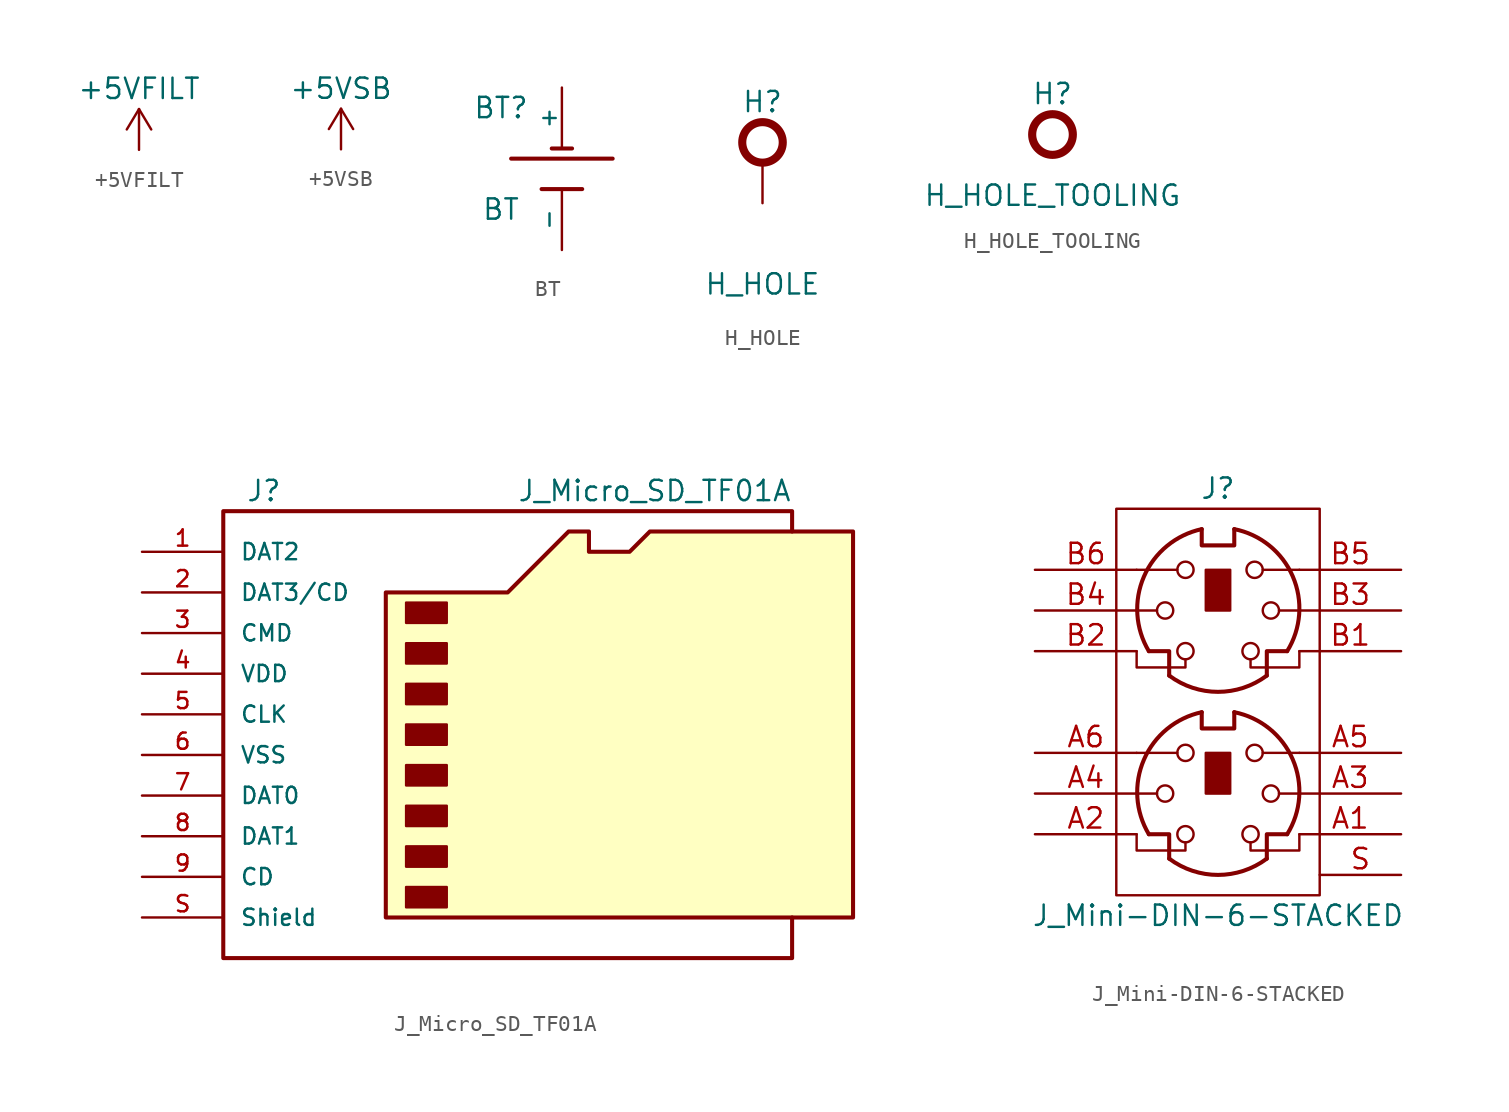
<source format=kicad_sym>
(kicad_symbol_lib
  (version 20220914)
  (generator kicad_symbol_editor)
  (symbol "+5VFILT"
    (power)
    (pin_names
      (offset 0))
    (property "Reference" "#PWR"
      (at 0 -2.54 0)
      (effects (font (size 1.27 1.27)) hide))
    (property "Value" "+5VFILT"
      (at 0 3.81 0)
      (effects (font (size 1.27 1.27))))
    (symbol "+5VFILT_1_1"
      (polyline (pts (xy -0.762 1.27) (xy 0 2.54)) (stroke (width 0) (type default)) (fill (type none)))
      (polyline (pts (xy 0 0) (xy 0 2.54)) (stroke (width 0) (type default)) (fill (type none)))
      (polyline (pts (xy 0 2.54) (xy 0.762 1.27)) (stroke (width 0) (type default)) (fill (type none)))
      (pin power_in line (at 0 0 90) (length 0) hide (name "+5VFILT" (effects (font (size 1.27 1.27)))) (number "1" (effects (font (size 1.27 1.27)))))))
  (symbol "+5VSB"
    (power)
    (pin_names
      (offset 0))
    (property "Reference" "#PWR"
      (at 0 -2.54 0)
      (effects (font (size 1.27 1.27)) hide))
    (property "Value" "+5VSB"
      (at 0 3.81 0)
      (effects (font (size 1.27 1.27))))
    (symbol "+5VSB_1_1"
      (polyline (pts (xy -0.762 1.27) (xy 0 2.54)) (stroke (width 0) (type default)) (fill (type none)))
      (polyline (pts (xy 0 0) (xy 0 2.54)) (stroke (width 0) (type default)) (fill (type none)))
      (polyline (pts (xy 0 2.54) (xy 0.762 1.27)) (stroke (width 0) (type default)) (fill (type none)))
      (pin power_in line (at 0 0 90) (length 0) hide (name "+5VSB" (effects (font (size 1.27 1.27)))) (number "1" (effects (font (size 1.27 1.27)))))))
  (symbol "BT"
    (pin_numbers hide)
    (pin_names
      (offset 0))
    (property "Reference" "BT"
      (at -3.81 3.81 0)
      (effects (font (size 1.27 1.27))))
    (property "Value" "BT"
      (at -3.81 -2.54 0)
      (effects (font (size 1.27 1.27))))
    (symbol "BT_0_1"
      (polyline (pts (xy -3.175 0.635) (xy 3.175 0.635)) (stroke (width 0.254) (type default)) (fill (type none)))
      (polyline (pts (xy -1.27 -1.27) (xy 1.27 -1.27)) (stroke (width 0.254) (type default)) (fill (type none)))
      (polyline (pts (xy -0.635 1.27) (xy 0.635 1.27)) (stroke (width 0.254) (type default)) (fill (type none))))
    (symbol "BT_1_1"
      (pin power_out line (at 0 5.08 270) (length 3.81) (name "+" (effects (font (size 1.016 1.016)))) (number "1" (effects (font (size 1.016 1.016)))))
      (pin passive line (at 0 -5.08 90) (length 3.81) (name "-" (effects (font (size 1.016 1.016)))) (number "2" (effects (font (size 1.016 1.016)))))))
  (symbol "H_HOLE"
    (pin_numbers hide)
    (pin_names
      (offset 1.016) hide)
    (property "Reference" "H"
      (at 0 2.54 0)
      (effects (font (size 1.27 1.27))))
    (property "Value" "H_HOLE"
      (at 0 -8.89 0)
      (effects (font (size 1.27 1.27))))
    (symbol "H_HOLE_1_1"
      (circle (center 0 0) (radius 1.27) (stroke (width 0.508) (type default)) (fill (type none)))
      (pin passive line (at 0 -3.81 90) (length 2.54) (name "1" (effects (font (size 1.27 1.27)))) (number "1" (effects (font (size 1.27 1.27)))))))
  (symbol "H_HOLE_TOOLING"
    (pin_numbers hide)
    (pin_names
      (offset 1.016) hide)
    (property "Reference" "H"
      (at 0 2.54 0)
      (effects (font (size 1.27 1.27))))
    (property "Value" "H_HOLE_TOOLING"
      (at 0 -3.81 0)
      (effects (font (size 1.27 1.27))))
    (symbol "H_HOLE_TOOLING_1_1"
      (circle (center 0 0) (radius 1.27) (stroke (width 0.508) (type default)) (fill (type none)))))
  (symbol "J_Micro_SD_TF01A"
    (pin_names
      (offset 1.016))
    (property "Reference" "J"
      (at -16.51 11.43 0)
      (effects (font (size 1.27 1.27))))
    (property "Value" "J_Micro_SD_TF01A"
      (at 16.51 11.43 0)
      (effects (font (size 1.27 1.27)) (justify right)))
    (symbol "J_Micro_SD_TF01A_0_1"
      (rectangle (start -7.62 -13.335) (end -5.08 -14.605) (stroke (width 0) (type default)) (fill (type outline)))
      (rectangle (start -7.62 -10.795) (end -5.08 -12.065) (stroke (width 0) (type default)) (fill (type outline)))
      (rectangle (start -7.62 -8.255) (end -5.08 -9.525) (stroke (width 0) (type default)) (fill (type outline)))
      (rectangle (start -7.62 -5.715) (end -5.08 -6.985) (stroke (width 0) (type default)) (fill (type outline)))
      (rectangle (start -7.62 -3.175) (end -5.08 -4.445) (stroke (width 0) (type default)) (fill (type outline)))
      (rectangle (start -7.62 -0.635) (end -5.08 -1.905) (stroke (width 0) (type default)) (fill (type outline)))
      (rectangle (start -7.62 1.905) (end -5.08 0.635) (stroke (width 0) (type default)) (fill (type outline)))
      (rectangle (start -7.62 4.445) (end -5.08 3.175) (stroke (width 0) (type default)) (fill (type outline)))
      (polyline (pts (xy 16.51 8.89) (xy 16.51 10.16) (xy -19.05 10.16) (xy -19.05 -17.78) (xy 16.51 -17.78) (xy 16.51 -15.24)) (stroke (width 0.254) (type default)) (fill (type none)))
      (polyline (pts (xy -8.89 -15.24) (xy -8.89 5.08) (xy -1.27 5.08) (xy 2.54 8.89) (xy 3.81 8.89) (xy 3.81 7.62) (xy 6.35 7.62) (xy 7.62 8.89) (xy 20.32 8.89) (xy 20.32 -15.24) (xy -8.89 -15.24)) (stroke (width 0.254) (type default)) (fill (type background))))
    (symbol "J_Micro_SD_TF01A_1_1"
      (pin bidirectional line (at -24.13 7.62 0) (length 5.08) (name "DAT2" (effects (font (size 1.016 1.016)))) (number "1" (effects (font (size 1.016 1.016)))))
      (pin bidirectional line (at -24.13 5.08 0) (length 5.08) (name "DAT3/CD" (effects (font (size 1.016 1.016)))) (number "2" (effects (font (size 1.016 1.016)))))
      (pin input line (at -24.13 2.54 0) (length 5.08) (name "CMD" (effects (font (size 1.016 1.016)))) (number "3" (effects (font (size 1.016 1.016)))))
      (pin power_in line (at -24.13 0 0) (length 5.08) (name "VDD" (effects (font (size 1.016 1.016)))) (number "4" (effects (font (size 1.016 1.016)))))
      (pin input line (at -24.13 -2.54 0) (length 5.08) (name "CLK" (effects (font (size 1.016 1.016)))) (number "5" (effects (font (size 1.016 1.016)))))
      (pin power_in line (at -24.13 -5.08 0) (length 5.08) (name "VSS" (effects (font (size 1.016 1.016)))) (number "6" (effects (font (size 1.016 1.016)))))
      (pin bidirectional line (at -24.13 -7.62 0) (length 5.08) (name "DAT0" (effects (font (size 1.016 1.016)))) (number "7" (effects (font (size 1.016 1.016)))))
      (pin bidirectional line (at -24.13 -10.16 0) (length 5.08) (name "DAT1" (effects (font (size 1.016 1.016)))) (number "8" (effects (font (size 1.016 1.016)))))
      (pin output line (at -24.13 -12.7 0) (length 5.08) (name "CD" (effects (font (size 1.016 1.016)))) (number "9" (effects (font (size 1.016 1.016)))))
      (pin passive line (at -24.13 -15.24 0) (length 5.08) (name "Shield" (effects (font (size 1.016 1.016)))) (number "S" (effects (font (size 1.016 1.016)))))))
  (symbol "J_Mini-DIN-6-STACKED"
    (pin_names
      (offset 1.016))
    (property "Reference" "J"
      (at 0 7.62 0)
      (effects (font (size 1.27 1.27))))
    (property "Value" "J_Mini-DIN-6-STACKED"
      (at 0 -19.05 0)
      (effects (font (size 1.27 1.27))))
    (symbol "J_Mini-DIN-6-STACKED_0_1"
      (rectangle (start -6.35 6.35) (end 6.35 -17.78) (stroke (width 0) (type default)) (fill (type none)))
      (circle (center -3.302 -11.43) (radius 0.508) (stroke (width 0) (type default)) (fill (type none)))
      (circle (center -3.302 0) (radius 0.508) (stroke (width 0) (type default)) (fill (type none)))
      (arc (start -3.048 -15.494) (mid 0 -16.51) (end 3.048 -15.494) (stroke (width 0.254) (type default)) (fill (type none)))
      (arc (start -3.048 -4.064) (mid 0 -5.08) (end 3.048 -4.064) (stroke (width 0.254) (type default)) (fill (type none)))
      (circle (center -2.032 -13.97) (radius 0.508) (stroke (width 0) (type default)) (fill (type none)))
      (circle (center -2.032 -8.89) (radius 0.508) (stroke (width 0) (type default)) (fill (type none)))
      (circle (center -2.032 -2.54) (radius 0.508) (stroke (width 0) (type default)) (fill (type none)))
      (circle (center -2.032 2.54) (radius 0.508) (stroke (width 0) (type default)) (fill (type none)))
      (arc (start -1.016 -6.35) (mid -4.6241 -9.3119) (end -4.318 -13.97) (stroke (width 0.254) (type default)) (fill (type none)))
      (arc (start -1.016 5.08) (mid -4.6228 2.1214) (end -4.318 -2.54) (stroke (width 0.254) (type default)) (fill (type none)))
      (rectangle (start -0.762 -8.89) (end 0.762 -11.43) (stroke (width 0) (type default)) (fill (type outline)))
      (rectangle (start -0.762 2.54) (end 0.762 0) (stroke (width 0) (type default)) (fill (type outline)))
      (polyline (pts (xy -3.81 -11.43) (xy -5.08 -11.43)) (stroke (width 0) (type default)) (fill (type none)))
      (polyline (pts (xy -3.81 0) (xy -5.08 0)) (stroke (width 0) (type default)) (fill (type none)))
      (polyline (pts (xy -2.54 -8.89) (xy -5.08 -8.89)) (stroke (width 0) (type default)) (fill (type none)))
      (polyline (pts (xy -2.54 2.54) (xy -5.08 2.54)) (stroke (width 0) (type default)) (fill (type none)))
      (polyline (pts (xy 2.794 -8.89) (xy 5.08 -8.89)) (stroke (width 0) (type default)) (fill (type none)))
      (polyline (pts (xy 2.794 2.54) (xy 5.08 2.54)) (stroke (width 0) (type default)) (fill (type none)))
      (polyline (pts (xy 5.08 -11.43) (xy 3.81 -11.43)) (stroke (width 0) (type default)) (fill (type none)))
      (polyline (pts (xy 5.08 0) (xy 3.81 0)) (stroke (width 0) (type default)) (fill (type none)))
      (polyline (pts (xy -4.318 -13.97) (xy -3.048 -13.97) (xy -3.048 -15.494)) (stroke (width 0.254) (type default)) (fill (type none)))
      (polyline (pts (xy -4.318 -2.54) (xy -3.048 -2.54) (xy -3.048 -4.064)) (stroke (width 0.254) (type default)) (fill (type none)))
      (polyline (pts (xy 4.318 -13.97) (xy 3.048 -13.97) (xy 3.048 -15.494)) (stroke (width 0.254) (type default)) (fill (type none)))
      (polyline (pts (xy 4.318 -2.54) (xy 3.048 -2.54) (xy 3.048 -4.064)) (stroke (width 0.254) (type default)) (fill (type none)))
      (polyline (pts (xy -2.032 -14.478) (xy -2.032 -14.986) (xy -5.08 -14.986) (xy -5.08 -13.97)) (stroke (width 0) (type default)) (fill (type none)))
      (polyline (pts (xy -2.032 -3.048) (xy -2.032 -3.556) (xy -5.08 -3.556) (xy -5.08 -2.54)) (stroke (width 0) (type default)) (fill (type none)))
      (polyline (pts (xy -1.016 -6.35) (xy -1.016 -7.366) (xy 1.016 -7.366) (xy 1.016 -6.35)) (stroke (width 0.254) (type default)) (fill (type none)))
      (polyline (pts (xy -1.016 5.08) (xy -1.016 4.064) (xy 1.016 4.064) (xy 1.016 5.08)) (stroke (width 0.254) (type default)) (fill (type none)))
      (polyline (pts (xy 2.032 -14.478) (xy 2.032 -14.986) (xy 5.08 -14.986) (xy 5.08 -13.97)) (stroke (width 0) (type default)) (fill (type none)))
      (polyline (pts (xy 2.032 -3.048) (xy 2.032 -3.556) (xy 5.08 -3.556) (xy 5.08 -2.54)) (stroke (width 0) (type default)) (fill (type none)))
      (circle (center 2.032 -13.97) (radius 0.508) (stroke (width 0) (type default)) (fill (type none)))
      (circle (center 2.032 -2.54) (radius 0.508) (stroke (width 0) (type default)) (fill (type none)))
      (circle (center 2.286 -8.89) (radius 0.508) (stroke (width 0) (type default)) (fill (type none)))
      (circle (center 2.286 2.54) (radius 0.508) (stroke (width 0) (type default)) (fill (type none)))
      (circle (center 3.302 -11.43) (radius 0.508) (stroke (width 0) (type default)) (fill (type none)))
      (circle (center 3.302 0) (radius 0.508) (stroke (width 0) (type default)) (fill (type none)))
      (arc (start 4.318 -13.97) (mid 4.6646 -9.2943) (end 1.016 -6.35) (stroke (width 0.254) (type default)) (fill (type none)))
      (arc (start 4.318 -2.54) (mid 4.6661 2.1322) (end 1.016 5.08) (stroke (width 0.254) (type default)) (fill (type none))))
    (symbol "J_Mini-DIN-6-STACKED_1_1"
      (pin passive line (at 11.43 -13.97 180) (length 6.35) (name "~" (effects (font (size 1.27 1.27)))) (number "A1" (effects (font (size 1.27 1.27)))))
      (pin passive line (at -11.43 -13.97 0) (length 6.35) (name "~" (effects (font (size 1.27 1.27)))) (number "A2" (effects (font (size 1.27 1.27)))))
      (pin passive line (at 11.43 -11.43 180) (length 6.35) (name "~" (effects (font (size 1.27 1.27)))) (number "A3" (effects (font (size 1.27 1.27)))))
      (pin passive line (at -11.43 -11.43 0) (length 6.35) (name "~" (effects (font (size 1.27 1.27)))) (number "A4" (effects (font (size 1.27 1.27)))))
      (pin passive line (at 11.43 -8.89 180) (length 6.35) (name "~" (effects (font (size 1.27 1.27)))) (number "A5" (effects (font (size 1.27 1.27)))))
      (pin passive line (at -11.43 -8.89 0) (length 6.35) (name "~" (effects (font (size 1.27 1.27)))) (number "A6" (effects (font (size 1.27 1.27)))))
      (pin passive line (at 11.43 -2.54 180) (length 6.35) (name "~" (effects (font (size 1.27 1.27)))) (number "B1" (effects (font (size 1.27 1.27)))))
      (pin passive line (at -11.43 -2.54 0) (length 6.35) (name "~" (effects (font (size 1.27 1.27)))) (number "B2" (effects (font (size 1.27 1.27)))))
      (pin passive line (at 11.43 0 180) (length 6.35) (name "~" (effects (font (size 1.27 1.27)))) (number "B3" (effects (font (size 1.27 1.27)))))
      (pin passive line (at -11.43 0 0) (length 6.35) (name "~" (effects (font (size 1.27 1.27)))) (number "B4" (effects (font (size 1.27 1.27)))))
      (pin passive line (at 11.43 2.54 180) (length 6.35) (name "~" (effects (font (size 1.27 1.27)))) (number "B5" (effects (font (size 1.27 1.27)))))
      (pin passive line (at -11.43 2.54 0) (length 6.35) (name "~" (effects (font (size 1.27 1.27)))) (number "B6" (effects (font (size 1.27 1.27)))))
      (pin passive line (at 11.43 -16.51 180) (length 5.08) (name "~" (effects (font (size 1.27 1.27)))) (number "S" (effects (font (size 1.27 1.27))))))))
</source>
